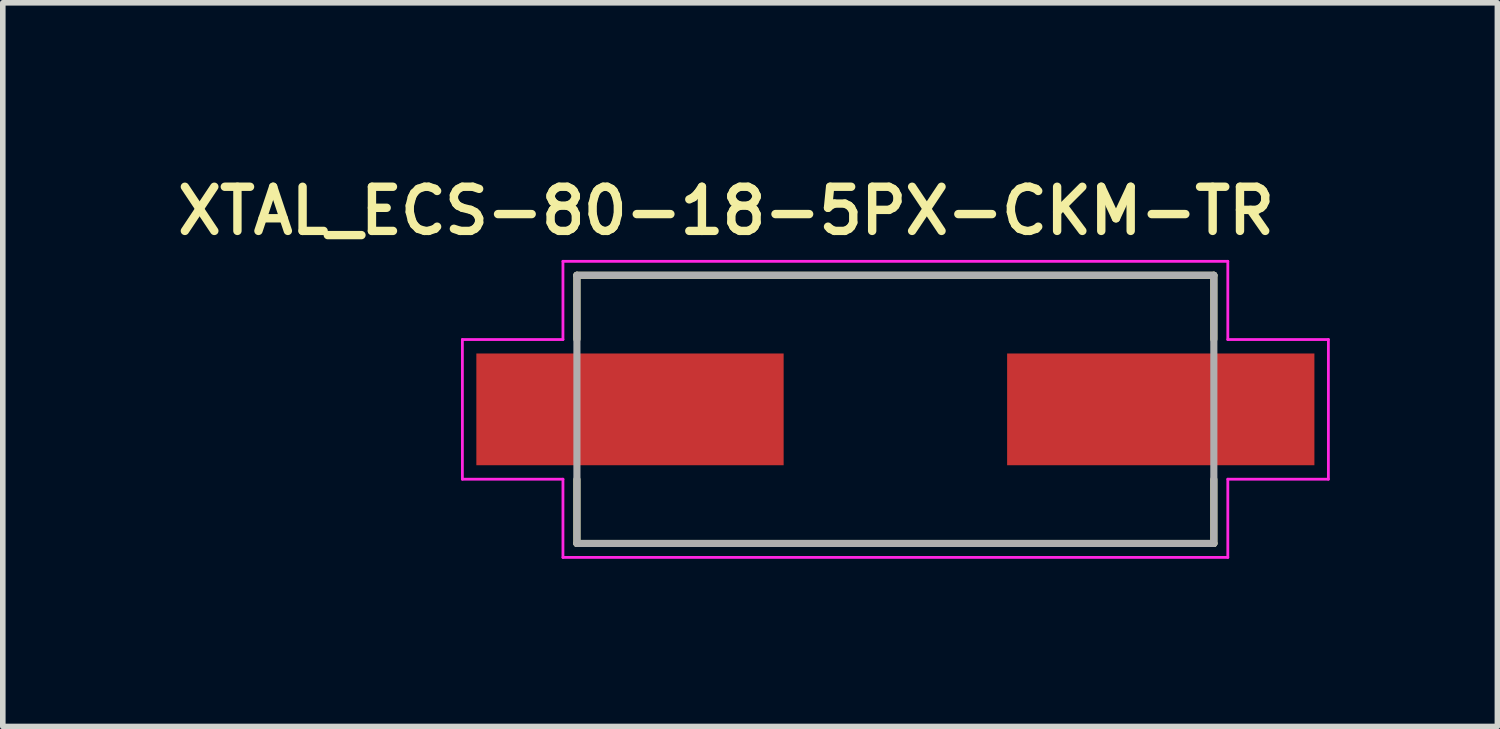
<source format=kicad_pcb>
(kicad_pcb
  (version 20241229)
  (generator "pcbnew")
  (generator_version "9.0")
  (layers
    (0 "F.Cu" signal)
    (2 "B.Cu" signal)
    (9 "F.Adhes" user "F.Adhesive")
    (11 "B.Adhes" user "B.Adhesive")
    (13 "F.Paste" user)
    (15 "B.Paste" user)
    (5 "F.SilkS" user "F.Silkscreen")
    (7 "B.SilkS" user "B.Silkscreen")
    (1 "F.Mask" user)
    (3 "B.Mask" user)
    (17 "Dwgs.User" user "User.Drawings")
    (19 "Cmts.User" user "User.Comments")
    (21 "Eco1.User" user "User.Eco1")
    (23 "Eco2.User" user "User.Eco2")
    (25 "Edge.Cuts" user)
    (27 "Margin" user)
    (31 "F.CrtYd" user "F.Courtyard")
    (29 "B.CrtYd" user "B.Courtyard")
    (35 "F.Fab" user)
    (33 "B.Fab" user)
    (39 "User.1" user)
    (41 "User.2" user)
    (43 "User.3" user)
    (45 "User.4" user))
  (footprint "XTAL_ECS-80-18-5PX-CKM-TR"
    (layer "F.Cu")
    (at 12.976 4.277)
    (property "Reference" "XTAL_ECS-80-18-5PX-CKM-TR" (at -3.03 -3.552 0) (layer "F.SilkS") (effects (font (size 0.79 0.79) (thickness 0.15))))
    (attr smd)
    (fp_line (start -5.7 -2.4) (end 5.7 -2.4) (stroke (width 0.127) (type solid)) (layer "F.SilkS"))
    (fp_line (start -5.7 -1.254) (end -5.7 -2.4) (stroke (width 0.127) (type solid)) (layer "F.SilkS"))
    (fp_line (start -5.7 2.4) (end -5.7 1.254) (stroke (width 0.127) (type solid)) (layer "F.SilkS"))
    (fp_line (start 5.7 -2.4) (end 5.7 -1.254) (stroke (width 0.127) (type solid)) (layer "F.SilkS"))
    (fp_line (start 5.7 1.254) (end 5.7 2.4) (stroke (width 0.127) (type solid)) (layer "F.SilkS"))
    (fp_line (start 5.7 2.4) (end -5.7 2.4) (stroke (width 0.127) (type solid)) (layer "F.SilkS"))
    (fp_line (start -7.75 -1.25) (end -5.95 -1.25) (stroke (width 0.05) (type solid)) (layer "F.CrtYd"))
    (fp_line (start -7.75 1.25) (end -7.75 -1.25) (stroke (width 0.05) (type solid)) (layer "F.CrtYd"))
    (fp_line (start -5.95 -2.65) (end 5.95 -2.65) (stroke (width 0.05) (type solid)) (layer "F.CrtYd"))
    (fp_line (start -5.95 -1.25) (end -5.95 -2.65) (stroke (width 0.05) (type solid)) (layer "F.CrtYd"))
    (fp_line (start -5.95 1.25) (end -7.75 1.25) (stroke (width 0.05) (type solid)) (layer "F.CrtYd"))
    (fp_line (start -5.95 2.65) (end -5.95 1.25) (stroke (width 0.05) (type solid)) (layer "F.CrtYd"))
    (fp_line (start 5.95 -2.65) (end 5.95 -1.25) (stroke (width 0.05) (type solid)) (layer "F.CrtYd"))
    (fp_line (start 5.95 -1.25) (end 7.75 -1.25) (stroke (width 0.05) (type solid)) (layer "F.CrtYd"))
    (fp_line (start 5.95 1.25) (end 5.95 2.65) (stroke (width 0.05) (type solid)) (layer "F.CrtYd"))
    (fp_line (start 5.95 2.65) (end -5.95 2.65) (stroke (width 0.05) (type solid)) (layer "F.CrtYd"))
    (fp_line (start 7.75 -1.25) (end 7.75 1.25) (stroke (width 0.05) (type solid)) (layer "F.CrtYd"))
    (fp_line (start 7.75 1.25) (end 5.95 1.25) (stroke (width 0.05) (type solid)) (layer "F.CrtYd"))
    (fp_line (start -5.7 -2.4) (end -5.7 2.4) (stroke (width 0.127) (type solid)) (layer "F.Fab"))
    (fp_line (start -5.7 2.4) (end 5.7 2.4) (stroke (width 0.127) (type solid)) (layer "F.Fab"))
    (fp_line (start 5.7 -2.4) (end -5.7 -2.4) (stroke (width 0.127) (type solid)) (layer "F.Fab"))
    (fp_line (start 5.7 2.4) (end 5.7 -2.4) (stroke (width 0.127) (type solid)) (layer "F.Fab"))
    (pad "1" smd rect (at -4.75 0) (size 5.5 2) (layers "F.Cu" "F.Mask" "F.Paste"))
    (pad "2" smd rect (at 4.75 0) (size 5.5 2) (layers "F.Cu" "F.Mask" "F.Paste")))
  (gr_rect
    (start -3 -3)
    (end 23.751 9.952)
    (stroke (width 0.1) (type default))
    (fill no)
    (layer "Edge.Cuts")))
</source>
